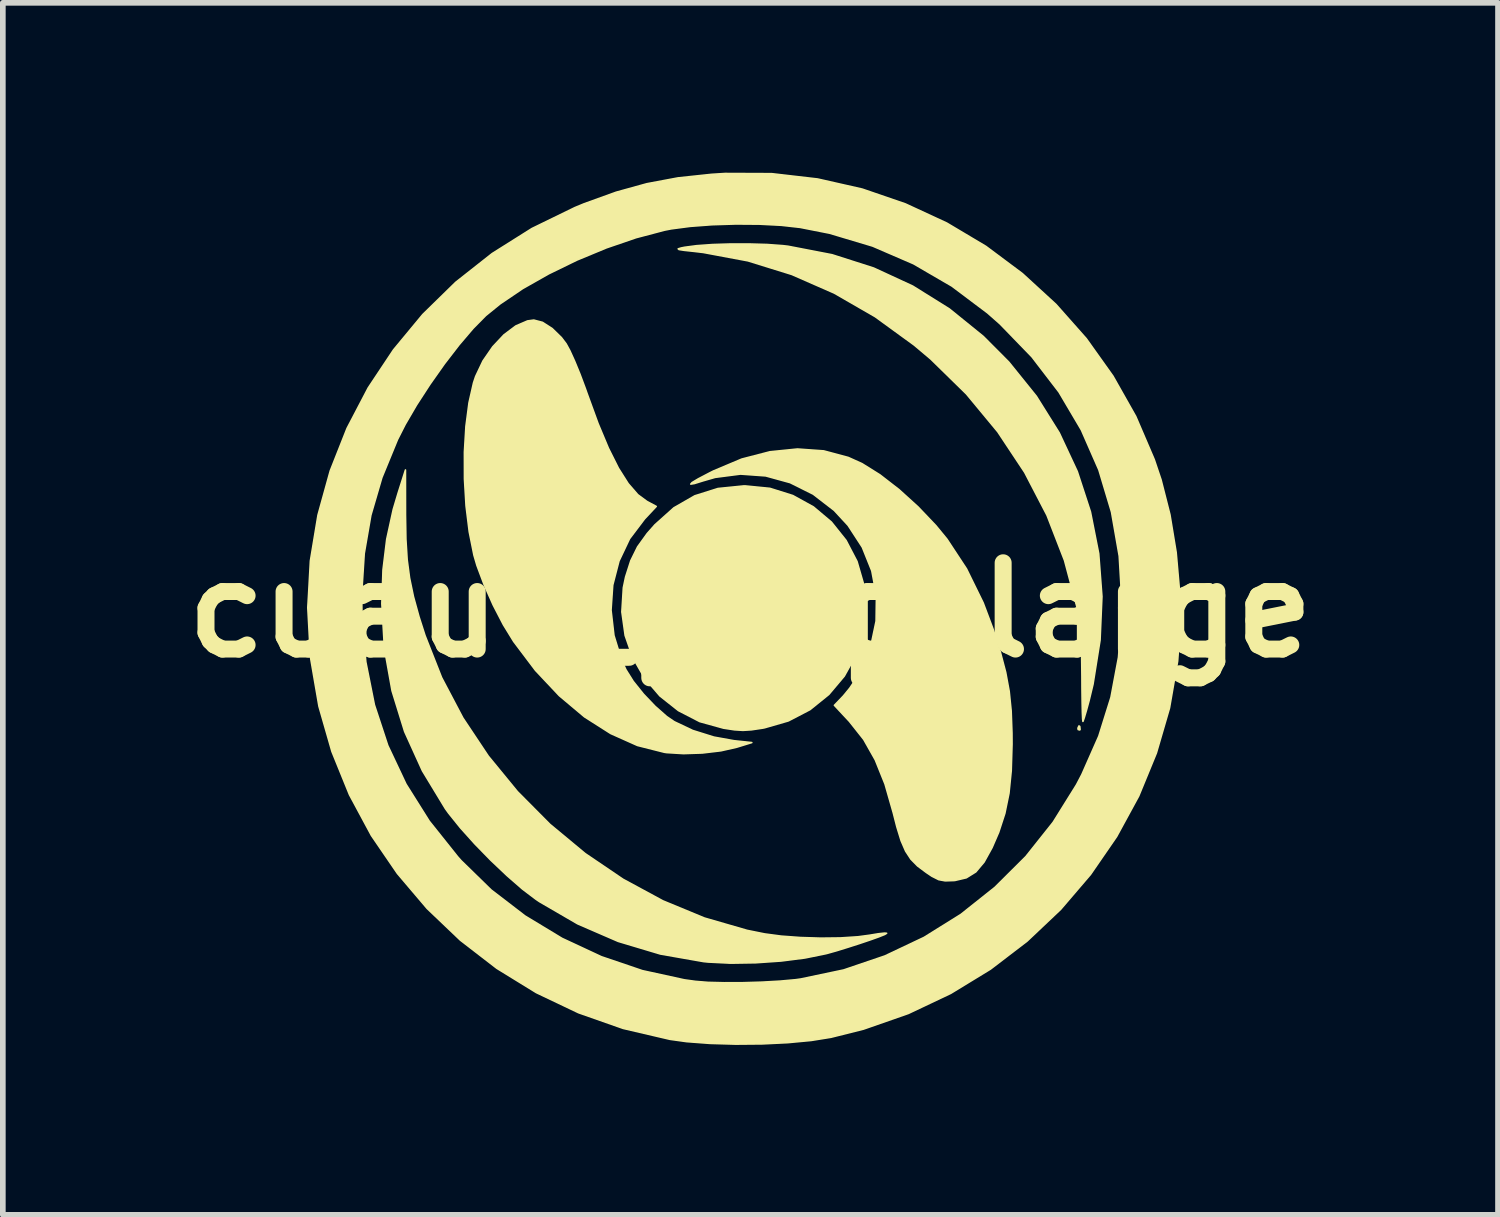
<source format=kicad_pcb>
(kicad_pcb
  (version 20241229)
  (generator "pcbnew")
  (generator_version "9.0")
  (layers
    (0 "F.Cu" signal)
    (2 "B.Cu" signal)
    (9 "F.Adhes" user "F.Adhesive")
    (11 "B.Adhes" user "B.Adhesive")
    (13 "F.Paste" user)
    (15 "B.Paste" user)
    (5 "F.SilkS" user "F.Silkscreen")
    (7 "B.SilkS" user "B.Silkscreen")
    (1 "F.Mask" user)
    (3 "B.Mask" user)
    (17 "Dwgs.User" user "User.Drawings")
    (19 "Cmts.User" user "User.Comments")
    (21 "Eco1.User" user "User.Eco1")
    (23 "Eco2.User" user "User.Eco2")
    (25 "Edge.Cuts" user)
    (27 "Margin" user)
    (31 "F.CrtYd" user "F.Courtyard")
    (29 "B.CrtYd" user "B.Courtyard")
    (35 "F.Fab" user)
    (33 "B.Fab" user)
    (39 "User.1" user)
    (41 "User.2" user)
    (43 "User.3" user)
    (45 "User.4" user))
  (footprint "cuauv_prop_large"
    (layer "F.Cu")
    (at 10.204 7.724)
    (property "Reference" "cuauv_prop_large" (at 0 0 0) (layer "F.SilkS") (effects (font (size 1.524 1.524) (thickness 0.3))))
    (attr through_hole)
    (fp_poly (pts (xy 5.816 2.055) (xy 5.822 2.111) (xy 5.816 2.118) (xy 5.788 2.111) (xy 5.784 2.086) (xy 5.802 2.047) (xy 5.816 2.055)) (stroke (width 0.028) (type solid)) (fill yes) (layer "F.SilkS"))
    (fp_poly (pts (xy 0.344 -2.149) (xy 0.748 -2.022) (xy 1.112 -1.821) (xy 1.429 -1.554) (xy 1.688 -1.23) (xy 1.882 -0.858) (xy 2.001 -0.447) (xy 2.038 -0.047) (xy 1.992 0.388) (xy 1.863 0.796) (xy 1.657 1.167) (xy 1.384 1.491) (xy 1.052 1.759) (xy 0.67 1.958) (xy 0.248 2.08) (xy 0.21 2.087) (xy 0.015 2.116) (xy -0.133 2.125) (xy -0.28 2.116) (xy -0.472 2.087) (xy -0.477 2.086) (xy -0.896 1.97) (xy -1.272 1.776) (xy -1.599 1.517) (xy -1.87 1.202) (xy -2.076 0.842) (xy -2.213 0.449) (xy -2.271 0.034) (xy -2.245 -0.394) (xy -2.205 -0.584) (xy -2.113 -0.871) (xy -1.993 -1.115) (xy -1.823 -1.351) (xy -1.686 -1.506) (xy -1.352 -1.805) (xy -0.983 -2.017) (xy -0.574 -2.146) (xy -0.118 -2.192) (xy -0.091 -2.192) (xy 0.344 -2.149)) (stroke (width 0.028) (type solid)) (fill yes) (layer "F.SilkS"))
    (fp_poly (pts (xy 0.295 -6.456) (xy 0.569 -6.436) (xy 0.664 -6.425) (xy 1.441 -6.275) (xy 2.176 -6.04) (xy 2.866 -5.721) (xy 3.512 -5.318) (xy 4.112 -4.832) (xy 4.562 -4.38) (xy 5.049 -3.776) (xy 5.453 -3.13) (xy 5.772 -2.447) (xy 6.005 -1.734) (xy 6.151 -0.996) (xy 6.208 -0.239) (xy 6.175 0.531) (xy 6.051 1.309) (xy 5.98 1.604) (xy 5.934 1.772) (xy 5.896 1.9) (xy 5.874 1.964) (xy 5.872 1.967) (xy 5.867 1.928) (xy 5.862 1.809) (xy 5.858 1.624) (xy 5.855 1.39) (xy 5.854 1.17) (xy 5.849 0.777) (xy 5.835 0.46) (xy 5.809 0.197) (xy 5.772 -0.03) (xy 5.768 -0.047) (xy 5.547 -0.876) (xy 5.238 -1.673) (xy 4.844 -2.431) (xy 4.369 -3.147) (xy 3.815 -3.816) (xy 3.185 -4.433) (xy 2.892 -4.68) (xy 2.203 -5.181) (xy 1.48 -5.598) (xy 0.73 -5.927) (xy -0.043 -6.167) (xy -0.834 -6.315) (xy -0.996 -6.334) (xy -1.172 -6.353) (xy -1.262 -6.367) (xy -1.276 -6.379) (xy -1.222 -6.395) (xy -1.162 -6.407) (xy -0.95 -6.435) (xy -0.671 -6.455) (xy -0.353 -6.465) (xy -0.022 -6.465) (xy 0.295 -6.456)) (stroke (width 0.028) (type solid)) (fill yes) (layer "F.SilkS"))
    (fp_poly (pts (xy -6.092 -1.676) (xy -6.085 -1.252) (xy -6.063 -0.892) (xy -6.02 -0.565) (xy -5.952 -0.238) (xy -5.854 0.118) (xy -5.748 0.449) (xy -5.455 1.193) (xy -5.08 1.905) (xy -4.631 2.579) (xy -4.116 3.207) (xy -3.543 3.784) (xy -2.919 4.302) (xy -2.251 4.755) (xy -1.547 5.136) (xy -0.815 5.439) (xy -0.061 5.657) (xy 0.25 5.72) (xy 0.543 5.759) (xy 0.884 5.784) (xy 1.242 5.795) (xy 1.59 5.791) (xy 1.898 5.771) (xy 2.106 5.743) (xy 2.257 5.718) (xy 2.367 5.706) (xy 2.405 5.709) (xy 2.372 5.73) (xy 2.267 5.772) (xy 2.11 5.828) (xy 1.92 5.892) (xy 1.717 5.957) (xy 1.52 6.018) (xy 1.349 6.066) (xy 1.328 6.071) (xy 0.964 6.145) (xy 0.542 6.199) (xy 0.093 6.23) (xy -0.349 6.237) (xy -0.751 6.217) (xy -0.829 6.209) (xy -1.592 6.075) (xy -2.337 5.852) (xy -3.052 5.542) (xy -3.725 5.151) (xy -3.787 5.109) (xy -4.025 4.929) (xy -4.298 4.691) (xy -4.586 4.418) (xy -4.867 4.13) (xy -5.122 3.846) (xy -5.329 3.589) (xy -5.388 3.507) (xy -5.793 2.839) (xy -6.107 2.147) (xy -6.33 1.426) (xy -6.465 0.675) (xy -6.51 -0.11) (xy -6.51 -0.119) (xy -6.49 -0.71) (xy -6.424 -1.251) (xy -6.309 -1.776) (xy -6.223 -2.064) (xy -6.093 -2.474) (xy -6.092 -1.676)) (stroke (width 0.028) (type solid)) (fill yes) (layer "F.SilkS"))
    (fp_poly (pts (xy -3.673 -5.081) (xy -3.503 -4.972) (xy -3.339 -4.812) (xy -3.256 -4.702) (xy -3.191 -4.583) (xy -3.106 -4.396) (xy -3.011 -4.165) (xy -2.916 -3.911) (xy -2.886 -3.826) (xy -2.693 -3.297) (xy -2.509 -2.858) (xy -2.332 -2.505) (xy -2.16 -2.233) (xy -1.99 -2.037) (xy -1.83 -1.919) (xy -1.664 -1.83) (xy -1.871 -1.609) (xy -2.135 -1.26) (xy -2.322 -0.866) (xy -2.432 -0.441) (xy -2.462 0.002) (xy -2.411 0.448) (xy -2.278 0.883) (xy -2.2 1.053) (xy -2.071 1.259) (xy -1.891 1.484) (xy -1.685 1.7) (xy -1.48 1.881) (xy -1.347 1.972) (xy -1.02 2.127) (xy -0.646 2.244) (xy -0.291 2.308) (xy 0.024 2.341) (xy -0.243 2.423) (xy -0.521 2.486) (xy -0.849 2.525) (xy -1.183 2.536) (xy -1.481 2.518) (xy -1.521 2.512) (xy -1.996 2.392) (xy -2.468 2.181) (xy -2.93 1.887) (xy -3.375 1.513) (xy -3.796 1.066) (xy -4.181 0.556) (xy -4.364 0.258) (xy -4.543 -0.088) (xy -4.703 -0.447) (xy -4.83 -0.786) (xy -4.884 -0.97) (xy -4.967 -1.383) (xy -5.023 -1.838) (xy -5.051 -2.314) (xy -5.052 -2.79) (xy -5.025 -3.246) (xy -4.971 -3.66) (xy -4.891 -4.012) (xy -4.853 -4.126) (xy -4.723 -4.4) (xy -4.551 -4.649) (xy -4.353 -4.86) (xy -4.144 -5.017) (xy -3.938 -5.106) (xy -3.826 -5.121) (xy -3.673 -5.081)) (stroke (width 0.028) (type solid)) (fill yes) (layer "F.SilkS"))
    (fp_poly (pts (xy 1.294 -2.811) (xy 1.727 -2.695) (xy 1.969 -2.586) (xy 2.286 -2.388) (xy 2.624 -2.126) (xy 2.961 -1.82) (xy 3.275 -1.49) (xy 3.471 -1.251) (xy 3.816 -0.727) (xy 4.11 -0.127) (xy 4.283 0.332) (xy 4.414 0.743) (xy 4.508 1.1) (xy 4.57 1.436) (xy 4.605 1.783) (xy 4.619 2.172) (xy 4.62 2.371) (xy 4.606 2.838) (xy 4.566 3.237) (xy 4.493 3.592) (xy 4.384 3.926) (xy 4.267 4.196) (xy 4.126 4.451) (xy 3.98 4.625) (xy 3.813 4.729) (xy 3.613 4.776) (xy 3.593 4.778) (xy 3.44 4.783) (xy 3.325 4.762) (xy 3.204 4.701) (xy 3.106 4.635) (xy 2.952 4.52) (xy 2.834 4.4) (xy 2.741 4.258) (xy 2.661 4.074) (xy 2.586 3.83) (xy 2.522 3.58) (xy 2.377 3.074) (xy 2.205 2.647) (xy 2.001 2.286) (xy 1.756 1.977) (xy 1.751 1.97) (xy 1.483 1.683) (xy 1.642 1.517) (xy 1.755 1.379) (xy 1.874 1.202) (xy 1.939 1.091) (xy 2.124 0.647) (xy 2.219 0.196) (xy 2.225 -0.254) (xy 2.143 -0.693) (xy 1.976 -1.109) (xy 1.725 -1.495) (xy 1.479 -1.761) (xy 1.108 -2.047) (xy 0.701 -2.25) (xy 0.269 -2.369) (xy -0.176 -2.401) (xy -0.624 -2.343) (xy -0.839 -2.281) (xy -0.99 -2.234) (xy -1.054 -2.224) (xy -1.031 -2.251) (xy -0.923 -2.316) (xy -0.728 -2.418) (xy -0.655 -2.455) (xy -0.154 -2.666) (xy 0.344 -2.795) (xy 0.83 -2.844) (xy 1.294 -2.811)) (stroke (width 0.028) (type solid)) (fill yes) (layer "F.SilkS"))
    (fp_poly (pts (xy 0.375 -7.707) (xy 1.186 -7.613) (xy 1.976 -7.434) (xy 2.738 -7.172) (xy 3.468 -6.834) (xy 4.158 -6.423) (xy 4.802 -5.942) (xy 5.395 -5.398) (xy 5.931 -4.793) (xy 6.402 -4.132) (xy 6.805 -3.419) (xy 7.131 -2.659) (xy 7.252 -2.3) (xy 7.409 -1.684) (xy 7.519 -1.018) (xy 7.579 -0.333) (xy 7.586 0.339) (xy 7.545 0.904) (xy 7.401 1.731) (xy 7.169 2.526) (xy 6.857 3.285) (xy 6.467 4.001) (xy 6.006 4.67) (xy 5.478 5.287) (xy 4.887 5.846) (xy 4.239 6.342) (xy 3.538 6.77) (xy 2.789 7.125) (xy 1.996 7.402) (xy 1.422 7.546) (xy 1.074 7.602) (xy 0.66 7.641) (xy 0.206 7.663) (xy -0.261 7.667) (xy -0.714 7.654) (xy -1.127 7.623) (xy -1.422 7.582) (xy -2.249 7.389) (xy -3.037 7.112) (xy -3.782 6.757) (xy -4.479 6.328) (xy -5.123 5.831) (xy -5.71 5.271) (xy -6.235 4.653) (xy -6.694 3.982) (xy -7.081 3.263) (xy -7.391 2.5) (xy -7.621 1.7) (xy -7.765 0.867) (xy -7.773 0.796) (xy -7.818 -0.043) (xy -7.804 -0.285) (xy -6.866 -0.285) (xy -6.861 0.114) (xy -6.793 0.916) (xy -6.642 1.674) (xy -6.406 2.392) (xy -6.084 3.075) (xy -5.673 3.729) (xy -5.172 4.357) (xy -5.112 4.425) (xy -4.58 4.944) (xy -3.981 5.404) (xy -3.328 5.799) (xy -2.633 6.123) (xy -1.909 6.369) (xy -1.168 6.531) (xy -0.972 6.558) (xy -0.75 6.576) (xy -0.462 6.583) (xy -0.135 6.582) (xy 0.202 6.572) (xy 0.522 6.554) (xy 0.798 6.529) (xy 0.891 6.516) (xy 1.646 6.357) (xy 2.373 6.11) (xy 3.066 5.782) (xy 3.717 5.376) (xy 4.318 4.898) (xy 4.864 4.355) (xy 5.346 3.749) (xy 5.758 3.088) (xy 5.854 2.905) (xy 6.153 2.228) (xy 6.367 1.544) (xy 6.5 0.835) (xy 6.557 0.085) (xy 6.56 -0.142) (xy 6.513 -0.953) (xy 6.377 -1.731) (xy 6.154 -2.475) (xy 5.844 -3.182) (xy 5.45 -3.849) (xy 4.971 -4.473) (xy 4.41 -5.052) (xy 4.188 -5.248) (xy 3.559 -5.721) (xy 2.88 -6.116) (xy 2.158 -6.428) (xy 1.399 -6.655) (xy 0.877 -6.758) (xy 0.545 -6.795) (xy 0.158 -6.815) (xy -0.258 -6.818) (xy -0.675 -6.805) (xy -1.064 -6.776) (xy -1.399 -6.732) (xy -1.517 -6.709) (xy -2.021 -6.576) (xy -2.543 -6.397) (xy -3.064 -6.181) (xy -3.563 -5.938) (xy -4.022 -5.678) (xy -4.421 -5.408) (xy -4.677 -5.2) (xy -4.899 -4.975) (xy -5.147 -4.684) (xy -5.406 -4.348) (xy -5.66 -3.988) (xy -5.897 -3.623) (xy -6.1 -3.275) (xy -6.234 -3.011) (xy -6.51 -2.339) (xy -6.704 -1.675) (xy -6.821 -0.998) (xy -6.866 -0.285) (xy -7.804 -0.285) (xy -7.772 -0.869) (xy -7.638 -1.676) (xy -7.421 -2.458) (xy -7.124 -3.209) (xy -6.75 -3.924) (xy -6.303 -4.596) (xy -5.787 -5.219) (xy -5.205 -5.788) (xy -4.561 -6.296) (xy -3.859 -6.738) (xy -3.102 -7.107) (xy -2.94 -7.174) (xy -2.372 -7.379) (xy -1.83 -7.529) (xy -1.281 -7.632) (xy -0.689 -7.695) (xy -0.45 -7.71) (xy 0.375 -7.707)) (stroke (width 0.028) (type solid)) (fill yes) (layer "F.SilkS")))
  (gr_rect
    (start -3 -3)
    (end 23.407 18.406)
    (stroke (width 0.1) (type default))
    (fill no)
    (layer "Edge.Cuts")))
</source>
